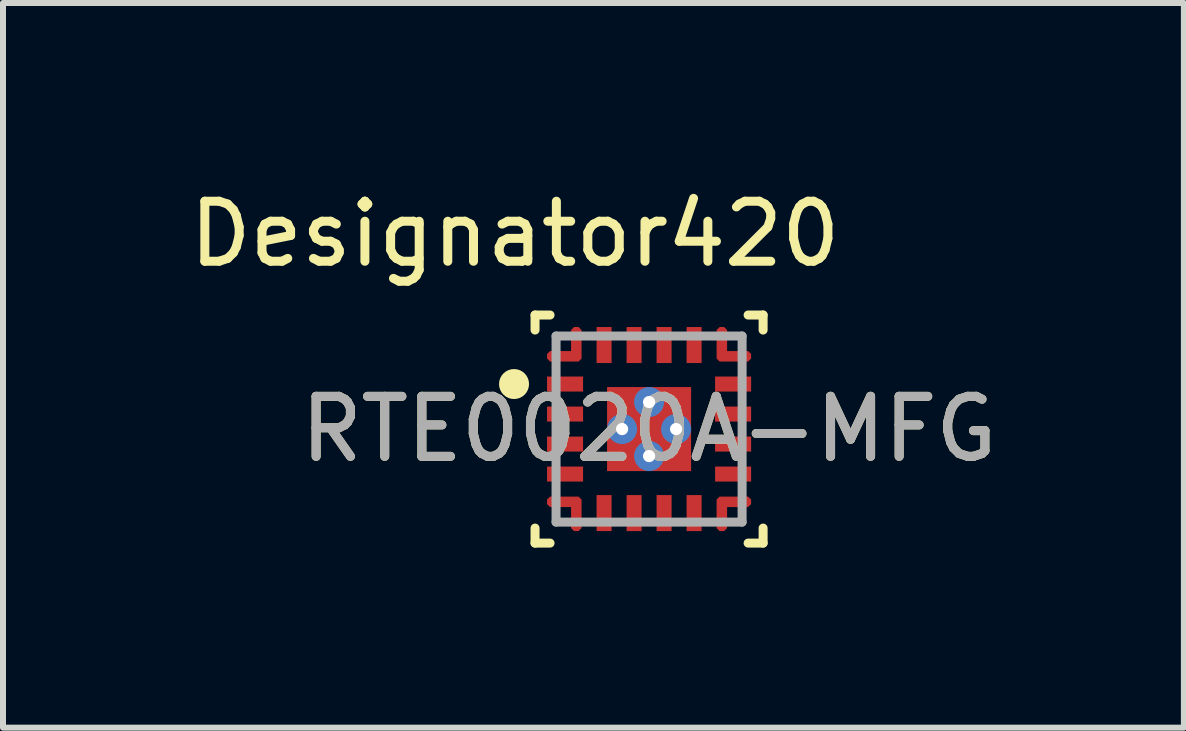
<source format=kicad_pcb>
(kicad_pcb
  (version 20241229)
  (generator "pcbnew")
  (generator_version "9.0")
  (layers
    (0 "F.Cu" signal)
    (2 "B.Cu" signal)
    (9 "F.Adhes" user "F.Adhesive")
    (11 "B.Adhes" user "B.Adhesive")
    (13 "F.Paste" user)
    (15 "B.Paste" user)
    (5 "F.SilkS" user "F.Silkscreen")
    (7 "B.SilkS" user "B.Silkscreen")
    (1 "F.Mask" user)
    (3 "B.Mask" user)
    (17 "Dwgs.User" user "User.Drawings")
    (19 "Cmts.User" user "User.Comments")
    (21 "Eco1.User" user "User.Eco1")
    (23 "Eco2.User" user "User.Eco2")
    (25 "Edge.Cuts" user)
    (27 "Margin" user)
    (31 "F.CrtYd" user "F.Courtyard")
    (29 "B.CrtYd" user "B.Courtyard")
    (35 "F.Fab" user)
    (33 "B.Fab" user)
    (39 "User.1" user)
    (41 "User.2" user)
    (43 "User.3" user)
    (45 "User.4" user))
  (footprint "RTE0020A-MFG"
    (layer "F.Cu")
    (at 7.765 4.099)
    (property "Reference" "RTE0020A-MFG" (at 0 0 0) (unlocked yes) (layer "F.SilkS") (effects (font (size 1 1) (thickness 0.15))))
    (attr smd)
    (fp_poly (pts (xy -1.65 -1.125) (xy -1.7 -1.175) (xy -1.7 -1.25) (xy -1.65 -1.3) (xy -1.3 -1.3) (xy -1.3 -1.65) (xy -1.25 -1.7) (xy -1.175 -1.7) (xy -1.125 -1.65) (xy -1.125 -1.175) (xy -1.175 -1.125)) (stroke (width 0) (type solid)) (fill yes) (layer "F.Cu"))
    (fp_poly (pts (xy -1.65 1.125) (xy -1.7 1.175) (xy -1.7 1.25) (xy -1.65 1.3) (xy -1.3 1.3) (xy -1.3 1.65) (xy -1.25 1.7) (xy -1.175 1.7) (xy -1.125 1.65) (xy -1.125 1.175) (xy -1.175 1.125)) (stroke (width 0) (type solid)) (fill yes) (layer "F.Cu"))
    (fp_poly (pts (xy 1.65 -1.125) (xy 1.7 -1.175) (xy 1.7 -1.25) (xy 1.65 -1.3) (xy 1.3 -1.3) (xy 1.3 -1.65) (xy 1.25 -1.7) (xy 1.175 -1.7) (xy 1.125 -1.65) (xy 1.125 -1.175) (xy 1.175 -1.125)) (stroke (width 0) (type solid)) (fill yes) (layer "F.Cu"))
    (fp_poly (pts (xy 1.65 1.125) (xy 1.7 1.175) (xy 1.7 1.25) (xy 1.65 1.3) (xy 1.3 1.3) (xy 1.3 1.65) (xy 1.25 1.7) (xy 1.175 1.7) (xy 1.125 1.65) (xy 1.125 1.175) (xy 1.175 1.125)) (stroke (width 0) (type solid)) (fill yes) (layer "F.Cu"))
    (fp_poly (pts (xy -1.65 -1.125) (xy -1.7 -1.175) (xy -1.7 -1.25) (xy -1.65 -1.3) (xy -1.3 -1.3) (xy -1.3 -1.65) (xy -1.25 -1.7) (xy -1.175 -1.7) (xy -1.125 -1.65) (xy -1.125 -1.175) (xy -1.175 -1.125)) (stroke (width 0) (type solid)) (fill yes) (layer "F.Mask"))
    (fp_poly (pts (xy -1.65 1.125) (xy -1.175 1.125) (xy -1.125 1.175) (xy -1.125 1.65) (xy -1.175 1.7) (xy -1.25 1.7) (xy -1.3 1.65) (xy -1.3 1.3) (xy -1.65 1.3) (xy -1.7 1.25) (xy -1.7 1.175)) (stroke (width 0) (type solid)) (fill yes) (layer "F.Mask"))
    (fp_poly (pts (xy 1.65 -1.125) (xy 1.175 -1.125) (xy 1.125 -1.175) (xy 1.125 -1.65) (xy 1.175 -1.7) (xy 1.25 -1.7) (xy 1.3 -1.65) (xy 1.3 -1.3) (xy 1.65 -1.3) (xy 1.7 -1.25) (xy 1.7 -1.175)) (stroke (width 0) (type solid)) (fill yes) (layer "F.Mask"))
    (fp_poly (pts (xy 1.65 1.125) (xy 1.7 1.175) (xy 1.7 1.25) (xy 1.65 1.3) (xy 1.3 1.3) (xy 1.3 1.65) (xy 1.25 1.7) (xy 1.175 1.7) (xy 1.125 1.65) (xy 1.125 1.175) (xy 1.175 1.125)) (stroke (width 0) (type solid)) (fill yes) (layer "F.Mask"))
    (fp_line (start -1.9 -1.9) (end -1.65 -1.9) (stroke (width 0.15) (type solid)) (layer "F.SilkS"))
    (fp_line (start -1.9 -1.65) (end -1.9 -1.9) (stroke (width 0.15) (type solid)) (layer "F.SilkS"))
    (fp_line (start -1.9 1.9) (end -1.9 1.65) (stroke (width 0.15) (type solid)) (layer "F.SilkS"))
    (fp_line (start -1.9 1.9) (end -1.65 1.9) (stroke (width 0.15) (type solid)) (layer "F.SilkS"))
    (fp_line (start 1.65 -1.9) (end 1.9 -1.9) (stroke (width 0.15) (type solid)) (layer "F.SilkS"))
    (fp_line (start 1.65 1.9) (end 1.9 1.9) (stroke (width 0.15) (type solid)) (layer "F.SilkS"))
    (fp_line (start 1.9 -1.65) (end 1.9 -1.9) (stroke (width 0.15) (type solid)) (layer "F.SilkS"))
    (fp_line (start 1.9 1.9) (end 1.9 1.65) (stroke (width 0.15) (type solid)) (layer "F.SilkS"))
    (fp_circle (center -2.25 -0.75) (end -2.125 -0.75) (stroke (width 0.25) (type solid)) (fill no) (layer "F.SilkS"))
    (fp_poly (pts (xy 0.6 -0.65) (xy 0.65 -0.6) (xy 0.65 0.6) (xy 0.6 0.65) (xy -0.6 0.65) (xy -0.65 0.6) (xy -0.65 -0.6) (xy -0.6 -0.65)) (stroke (width 0) (type solid)) (fill yes) (layer "F.Paste"))
    (fp_poly (pts (xy -1.65 -1.125) (xy -1.7 -1.175) (xy -1.7 -1.25) (xy -1.65 -1.3) (xy -1.3 -1.3) (xy -1.3 -1.65) (xy -1.25 -1.7) (xy -1.175 -1.7) (xy -1.125 -1.65) (xy -1.125 -1.175) (xy -1.175 -1.125)) (stroke (width 0) (type solid)) (fill yes) (layer "F.Paste"))
    (fp_poly (pts (xy -1.65 1.125) (xy -1.175 1.125) (xy -1.125 1.175) (xy -1.125 1.65) (xy -1.175 1.7) (xy -1.25 1.7) (xy -1.3 1.65) (xy -1.3 1.3) (xy -1.65 1.3) (xy -1.7 1.25) (xy -1.7 1.175)) (stroke (width 0) (type solid)) (fill yes) (layer "F.Paste"))
    (fp_poly (pts (xy 1.65 -1.125) (xy 1.175 -1.125) (xy 1.125 -1.175) (xy 1.125 -1.65) (xy 1.175 -1.7) (xy 1.25 -1.7) (xy 1.3 -1.65) (xy 1.3 -1.3) (xy 1.65 -1.3) (xy 1.7 -1.25) (xy 1.7 -1.175)) (stroke (width 0) (type solid)) (fill yes) (layer "F.Paste"))
    (fp_poly (pts (xy 1.65 1.125) (xy 1.7 1.175) (xy 1.7 1.25) (xy 1.65 1.3) (xy 1.3 1.3) (xy 1.3 1.65) (xy 1.25 1.7) (xy 1.175 1.7) (xy 1.125 1.65) (xy 1.125 1.175) (xy 1.175 1.125)) (stroke (width 0) (type solid)) (fill yes) (layer "F.Paste"))
    (fp_line (start -1.55 -1.55) (end 1.55 -1.55) (stroke (width 0.15) (type solid)) (layer "F.Fab"))
    (fp_line (start -1.55 1.55) (end -1.55 -1.55) (stroke (width 0.15) (type solid)) (layer "F.Fab"))
    (fp_line (start -1.55 1.55) (end 1.55 1.55) (stroke (width 0.15) (type solid)) (layer "F.Fab"))
    (fp_line (start 1.55 1.55) (end 1.55 -1.55) (stroke (width 0.15) (type solid)) (layer "F.Fab"))
    (fp_text user "Designator420" (at -2.235 -3.251 0) (unlocked yes) (layer "F.SilkS") (effects (font (size 1 1) (thickness 0.15))))
    (fp_text user "${REFERENCE}" (at 0 0 0) (unlocked yes) (layer "F.Fab") (effects (font (size 1 1) (thickness 0.15))))
    (pad "1" smd rect (at -1.4 -0.75 90) (size 0.25 0.6) (layers "F.Cu" "F.Mask" "F.Paste"))
    (pad "2" smd rect (at -1.4 -0.25 90) (size 0.25 0.6) (layers "F.Cu" "F.Mask" "F.Paste"))
    (pad "3" smd rect (at -1.4 0.25 90) (size 0.25 0.6) (layers "F.Cu" "F.Mask" "F.Paste"))
    (pad "4" smd rect (at -1.4 0.75 90) (size 0.25 0.6) (layers "F.Cu" "F.Mask" "F.Paste"))
    (pad "5" smd circle (at -1.233 1.233) (size 0.171 0.171) (layers "F.Cu" "F.Mask" "F.Paste"))
    (pad "6" smd rect (at -0.75 1.4) (size 0.25 0.6) (layers "F.Cu" "F.Mask" "F.Paste"))
    (pad "7" smd rect (at -0.25 1.4) (size 0.25 0.6) (layers "F.Cu" "F.Mask" "F.Paste"))
    (pad "8" smd rect (at 0.25 1.4) (size 0.25 0.6) (layers "F.Cu" "F.Mask" "F.Paste"))
    (pad "9" smd rect (at 0.75 1.4) (size 0.25 0.6) (layers "F.Cu" "F.Mask" "F.Paste"))
    (pad "10" smd circle (at 1.233 1.233) (size 0.171 0.171) (layers "F.Cu" "F.Mask" "F.Paste"))
    (pad "11" smd rect (at 1.4 0.75 90) (size 0.25 0.6) (layers "F.Cu" "F.Mask" "F.Paste"))
    (pad "12" smd rect (at 1.4 0.25 90) (size 0.25 0.6) (layers "F.Cu" "F.Mask" "F.Paste"))
    (pad "13" smd rect (at 1.4 -0.25 90) (size 0.25 0.6) (layers "F.Cu" "F.Mask" "F.Paste"))
    (pad "14" smd rect (at 1.4 -0.75 90) (size 0.25 0.6) (layers "F.Cu" "F.Mask" "F.Paste"))
    (pad "15" smd circle (at 1.233 -1.233) (size 0.171 0.171) (layers "F.Cu" "F.Mask" "F.Paste"))
    (pad "16" smd rect (at 0.75 -1.4) (size 0.25 0.6) (layers "F.Cu" "F.Mask" "F.Paste"))
    (pad "17" smd rect (at 0.25 -1.4) (size 0.25 0.6) (layers "F.Cu" "F.Mask" "F.Paste"))
    (pad "18" smd rect (at -0.25 -1.4) (size 0.25 0.6) (layers "F.Cu" "F.Mask" "F.Paste"))
    (pad "19" smd rect (at -0.75 -1.4) (size 0.25 0.6) (layers "F.Cu" "F.Mask" "F.Paste"))
    (pad "20" smd circle (at -1.233 -1.233) (size 0.171 0.171) (layers "F.Cu" "F.Mask" "F.Paste"))
    (pad "21" smd rect (at 0 0) (size 1.4 1.4) (layers "F.Cu" "F.Mask"))
    (pad "22" thru_hole circle (at 0 0.45) (size 0.5 0.5) (drill 0.203) (layers "*.Cu" "*.Mask"))
    (pad "23" thru_hole circle (at 0 -0.45) (size 0.5 0.5) (drill 0.203) (layers "*.Cu" "*.Mask"))
    (pad "24" thru_hole circle (at -0.45 0) (size 0.5 0.5) (drill 0.203) (layers "*.Cu" "*.Mask"))
    (pad "25" thru_hole circle (at 0.45 0) (size 0.5 0.5) (drill 0.203) (layers "*.Cu" "*.Mask")))
  (gr_rect
    (start -3 -3)
    (end 16.676 9.074)
    (stroke (width 0.1) (type default))
    (fill no)
    (layer "Edge.Cuts")))
</source>
